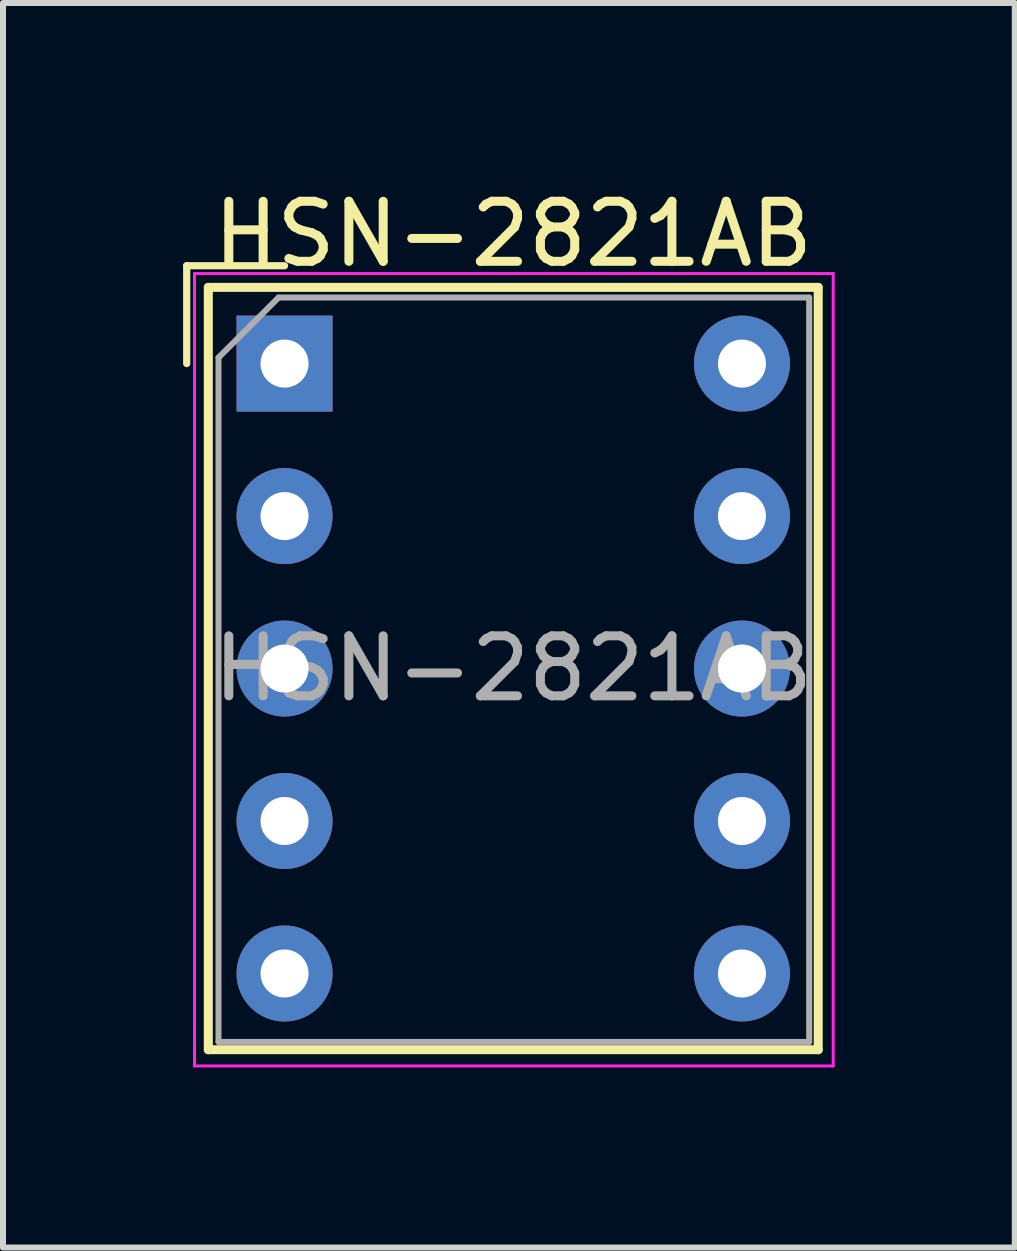
<source format=kicad_pcb>
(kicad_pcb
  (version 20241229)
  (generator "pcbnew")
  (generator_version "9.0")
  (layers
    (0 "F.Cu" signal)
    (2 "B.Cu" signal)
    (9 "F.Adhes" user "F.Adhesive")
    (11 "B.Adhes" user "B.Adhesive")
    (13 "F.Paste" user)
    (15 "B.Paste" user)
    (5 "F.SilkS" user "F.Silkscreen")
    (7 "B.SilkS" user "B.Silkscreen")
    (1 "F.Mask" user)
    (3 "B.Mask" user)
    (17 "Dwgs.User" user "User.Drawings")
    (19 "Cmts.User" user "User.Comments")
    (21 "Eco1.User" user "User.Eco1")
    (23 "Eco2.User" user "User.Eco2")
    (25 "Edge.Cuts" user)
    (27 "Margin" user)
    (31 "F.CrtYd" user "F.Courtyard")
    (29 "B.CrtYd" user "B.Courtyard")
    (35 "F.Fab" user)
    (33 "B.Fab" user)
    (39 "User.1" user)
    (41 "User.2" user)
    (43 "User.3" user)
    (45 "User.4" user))
  (footprint "HSN-2821AB"
    (layer "F.Cu")
    (at 1.69 3.007)
    (property "Reference" "HSN-2821AB" (at 3.81 -2.159 0) (layer "F.SilkS") (effects (font (size 1 1) (thickness 0.15))))
    (attr through_hole)
    (fp_line (start -1.63 -1.63) (end 0 -1.63) (stroke (width 0.12) (type solid)) (layer "F.SilkS"))
    (fp_line (start -1.63 0) (end -1.63 -1.63) (stroke (width 0.12) (type solid)) (layer "F.SilkS"))
    (fp_line (start -1.27 -1.27) (end -1.27 11.43) (stroke (width 0.15) (type solid)) (layer "F.SilkS"))
    (fp_line (start -1.27 11.43) (end 8.89 11.43) (stroke (width 0.15) (type solid)) (layer "F.SilkS"))
    (fp_line (start 8.89 -1.27) (end -1.27 -1.27) (stroke (width 0.15) (type solid)) (layer "F.SilkS"))
    (fp_line (start 8.89 11.43) (end 8.89 -1.27) (stroke (width 0.15) (type solid)) (layer "F.SilkS"))
    (fp_line (start -1.5 -1.5) (end 9.14 -1.5) (stroke (width 0.05) (type solid)) (layer "F.CrtYd"))
    (fp_line (start -1.5 11.7) (end -1.5 -1.5) (stroke (width 0.05) (type solid)) (layer "F.CrtYd"))
    (fp_line (start 9.14 -1.5) (end 9.14 11.7) (stroke (width 0.05) (type solid)) (layer "F.CrtYd"))
    (fp_line (start 9.14 11.7) (end -1.504 11.7) (stroke (width 0.05) (type solid)) (layer "F.CrtYd"))
    (fp_line (start -1.1 -0.1) (end -0.1 -1.1) (stroke (width 0.1) (type solid)) (layer "F.Fab"))
    (fp_line (start -1.1 11.3) (end -1.1 -0.1) (stroke (width 0.1) (type solid)) (layer "F.Fab"))
    (fp_line (start -0.1 -1.1) (end 8.74 -1.1) (stroke (width 0.1) (type solid)) (layer "F.Fab"))
    (fp_line (start 8.74 -1.1) (end 8.74 11.3) (stroke (width 0.1) (type solid)) (layer "F.Fab"))
    (fp_line (start 8.74 11.3) (end -1.1 11.3) (stroke (width 0.1) (type solid)) (layer "F.Fab"))
    (fp_text user "${REFERENCE}" (at 3.81 5.08 0) (layer "F.Fab") (effects (font (size 1 1) (thickness 0.15))))
    (pad "1" thru_hole rect (at 0 0) (size 1.6 1.6) (drill 0.8) (layers "*.Cu" "*.Mask"))
    (pad "2" thru_hole circle (at 0 2.54) (size 1.6 1.6) (drill 0.8) (layers "*.Cu" "*.Mask"))
    (pad "3" thru_hole circle (at 0 5.08) (size 1.6 1.6) (drill 0.8) (layers "*.Cu" "*.Mask"))
    (pad "4" thru_hole circle (at 0 7.62) (size 1.6 1.6) (drill 0.8) (layers "*.Cu" "*.Mask"))
    (pad "5" thru_hole circle (at 0 10.16) (size 1.6 1.6) (drill 0.8) (layers "*.Cu" "*.Mask"))
    (pad "6" thru_hole circle (at 7.62 10.16) (size 1.6 1.6) (drill 0.8) (layers "*.Cu" "*.Mask"))
    (pad "7" thru_hole circle (at 7.62 7.62) (size 1.6 1.6) (drill 0.8) (layers "*.Cu" "*.Mask"))
    (pad "8" thru_hole circle (at 7.62 5.08) (size 1.6 1.6) (drill 0.8) (layers "*.Cu" "*.Mask"))
    (pad "9" thru_hole circle (at 7.62 2.54) (size 1.6 1.6) (drill 0.8) (layers "*.Cu" "*.Mask"))
    (pad "10" thru_hole circle (at 7.62 0) (size 1.6 1.6) (drill 0.8) (layers "*.Cu" "*.Mask")))
  (gr_rect
    (start -3 -3)
    (end 13.855 17.732)
    (stroke (width 0.1) (type default))
    (fill no)
    (layer "Edge.Cuts")))
</source>
